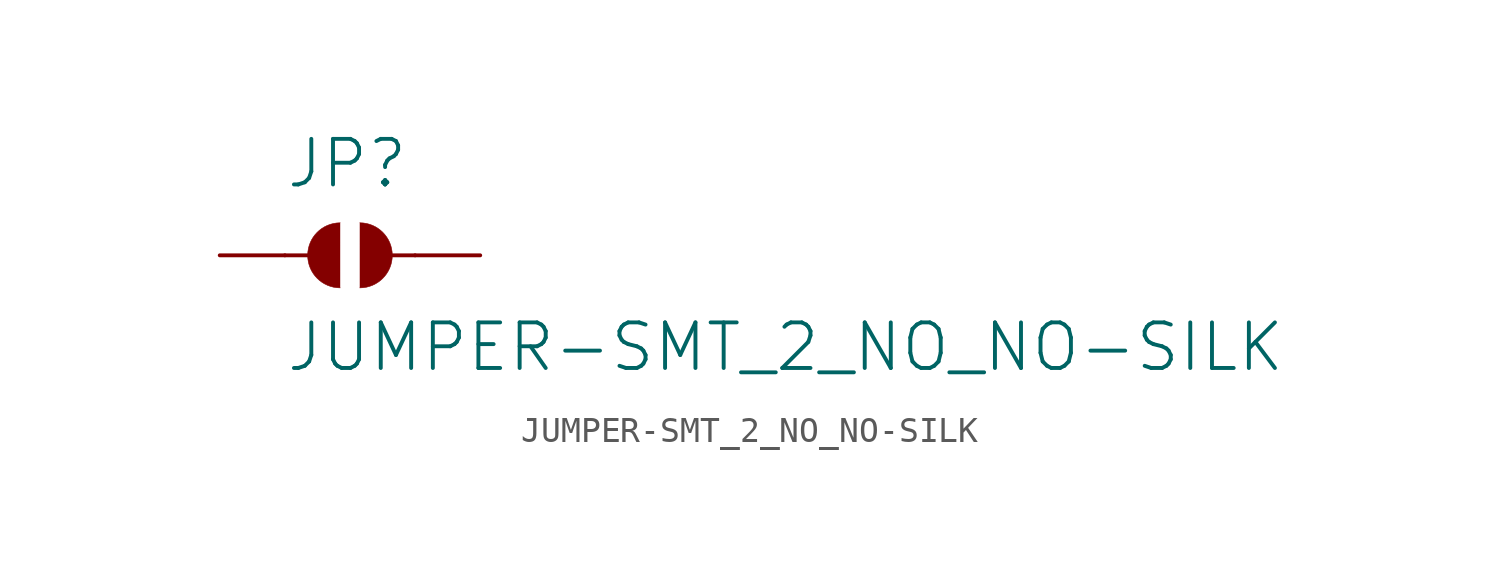
<source format=kicad_sym>
(kicad_symbol_lib
  (version 20211014)
  (generator kicad_symbol_editor)
  (symbol "JUMPER-SMT_2_NO_NO-SILK"
    (property "Reference" "JP"
      (at -2.54 2.54 0)
      (effects (font (size 1.778 1.778)) (justify left bottom)))
    (property "Value" "JUMPER-SMT_2_NO_NO-SILK"
      (at -2.54 -2.54 0)
      (effects (font (size 1.778 1.778)) (justify left top)))
    (property "ki_locked" ""
      (at 0 0 0)
      (effects (font (size 1.27 1.27))))
    (symbol "JUMPER-SMT_2_NO_NO-SILK_1_0"
      (arc (start -0.381 1.2699) (mid -1.6508 0) (end -0.381 -1.2699) (stroke (width 0.0001) (type default) (color 0 0 0 0)) (fill (type outline)))
      (polyline (pts (xy -2.54 0) (xy -1.651 0)) (stroke (width 0.152) (type default) (color 0 0 0 0)) (fill (type none)))
      (polyline (pts (xy 2.54 0) (xy 1.651 0)) (stroke (width 0.152) (type default) (color 0 0 0 0)) (fill (type none)))
      (arc (start 0.381 -1.2699) (mid 1.6508 0) (end 0.381 1.2699) (stroke (width 0.0001) (type default) (color 0 0 0 0)) (fill (type outline)))
      (pin passive line (at -5.08 0 0) (length 2.54) (name "1" (effects (font (size 0 0)))) (number "1" (effects (font (size 0 0)))))
      (pin passive line (at 5.08 0 180) (length 2.54) (name "2" (effects (font (size 0 0)))) (number "2" (effects (font (size 0 0))))))))
</source>
